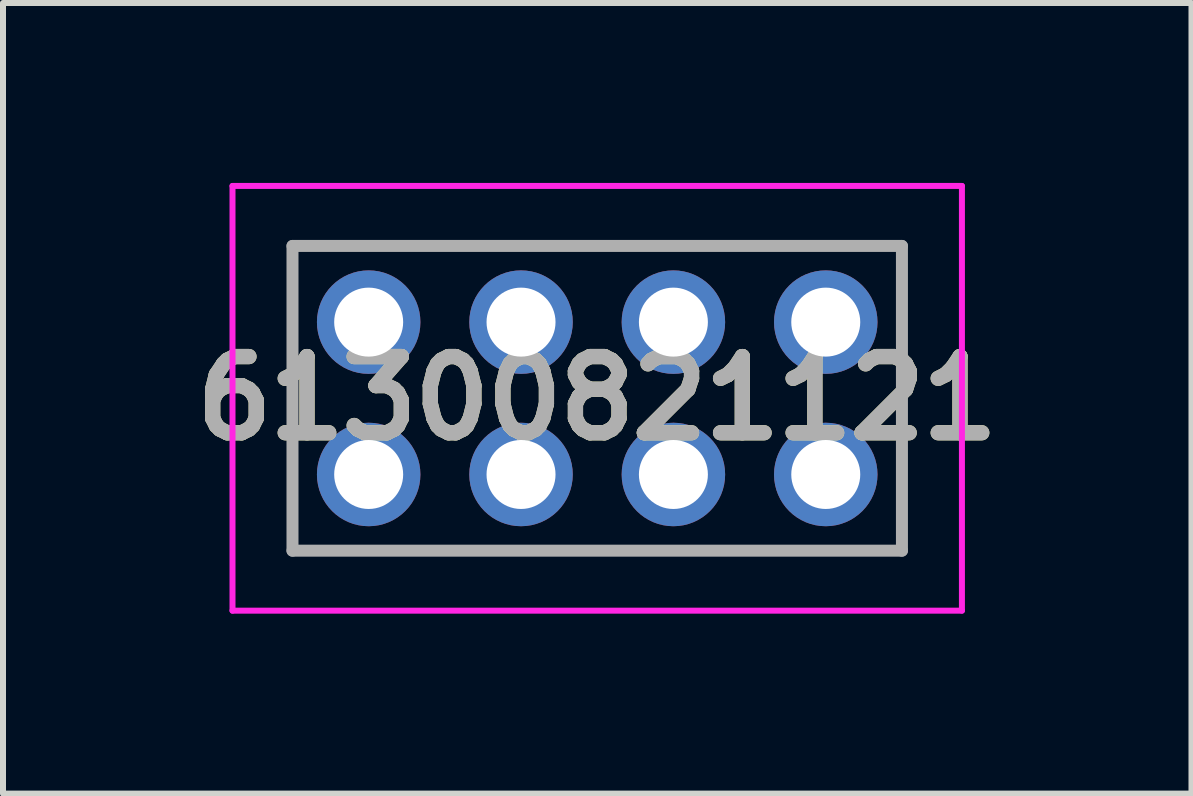
<source format=kicad_pcb>
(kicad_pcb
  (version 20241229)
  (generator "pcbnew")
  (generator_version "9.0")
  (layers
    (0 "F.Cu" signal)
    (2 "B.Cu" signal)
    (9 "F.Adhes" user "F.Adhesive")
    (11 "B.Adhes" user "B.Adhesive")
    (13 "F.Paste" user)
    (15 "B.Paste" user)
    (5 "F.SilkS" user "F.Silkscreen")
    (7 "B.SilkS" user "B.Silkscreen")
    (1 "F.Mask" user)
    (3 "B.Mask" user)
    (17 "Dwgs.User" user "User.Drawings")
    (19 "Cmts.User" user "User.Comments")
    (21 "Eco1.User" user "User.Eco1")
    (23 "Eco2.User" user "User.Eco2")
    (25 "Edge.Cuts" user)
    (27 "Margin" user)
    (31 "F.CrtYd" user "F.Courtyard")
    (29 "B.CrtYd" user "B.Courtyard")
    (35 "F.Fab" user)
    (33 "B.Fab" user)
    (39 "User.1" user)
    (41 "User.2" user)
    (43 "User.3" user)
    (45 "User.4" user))
  (footprint "61300821121"
    (layer "F.Cu")
    (at 3.106 4.86)
    (property "Reference" "61300821121" (at 3.8 -1.27 0) (layer "F.SilkS") (effects (font (size 1.27 1.27) (thickness 0.254))))
    (attr through_hole)
    (fp_line (start -1.28 -3.81) (end 8.88 -3.81) (stroke (width 0.1) (type solid)) (layer "F.SilkS"))
    (fp_line (start -1.28 1.27) (end -1.28 -3.81) (stroke (width 0.1) (type solid)) (layer "F.SilkS"))
    (fp_line (start 8.88 -3.81) (end 8.88 1.27) (stroke (width 0.1) (type solid)) (layer "F.SilkS"))
    (fp_line (start 8.88 1.27) (end -1.28 1.27) (stroke (width 0.1) (type solid)) (layer "F.SilkS"))
    (fp_line (start -2.28 -4.81) (end 9.88 -4.81) (stroke (width 0.1) (type solid)) (layer "F.CrtYd"))
    (fp_line (start -2.28 2.27) (end -2.28 -4.81) (stroke (width 0.1) (type solid)) (layer "F.CrtYd"))
    (fp_line (start 9.88 -4.81) (end 9.88 2.27) (stroke (width 0.1) (type solid)) (layer "F.CrtYd"))
    (fp_line (start 9.88 2.27) (end -2.28 2.27) (stroke (width 0.1) (type solid)) (layer "F.CrtYd"))
    (fp_line (start -1.28 -3.81) (end 8.88 -3.81) (stroke (width 0.2) (type solid)) (layer "F.Fab"))
    (fp_line (start -1.28 1.27) (end -1.28 -3.81) (stroke (width 0.2) (type solid)) (layer "F.Fab"))
    (fp_line (start 8.88 -3.81) (end 8.88 1.27) (stroke (width 0.2) (type solid)) (layer "F.Fab"))
    (fp_line (start 8.88 1.27) (end -1.28 1.27) (stroke (width 0.2) (type solid)) (layer "F.Fab"))
    (fp_text user "${REFERENCE}" (at 3.8 -1.27 0) (layer "F.Fab") (effects (font (size 1.27 1.27) (thickness 0.254))))
    (pad "1" thru_hole circle (at -0.01 0) (size 1.725 1.725) (drill 1.15) (layers "*.Cu" "*.Mask"))
    (pad "2" thru_hole circle (at 2.53 0) (size 1.725 1.725) (drill 1.15) (layers "*.Cu" "*.Mask"))
    (pad "3" thru_hole circle (at 5.07 0) (size 1.725 1.725) (drill 1.15) (layers "*.Cu" "*.Mask"))
    (pad "4" thru_hole circle (at 7.61 0) (size 1.725 1.725) (drill 1.15) (layers "*.Cu" "*.Mask"))
    (pad "5" thru_hole circle (at 7.61 -2.54) (size 1.725 1.725) (drill 1.15) (layers "*.Cu" "*.Mask"))
    (pad "6" thru_hole circle (at 5.07 -2.54) (size 1.725 1.725) (drill 1.15) (layers "*.Cu" "*.Mask"))
    (pad "7" thru_hole circle (at 2.53 -2.54) (size 1.725 1.725) (drill 1.15) (layers "*.Cu" "*.Mask"))
    (pad "8" thru_hole circle (at -0.01 -2.54) (size 1.725 1.725) (drill 1.15) (layers "*.Cu" "*.Mask")))
  (gr_rect
    (start -3 -3)
    (end 16.813 10.18)
    (stroke (width 0.1) (type default))
    (fill no)
    (layer "Edge.Cuts")))
</source>
